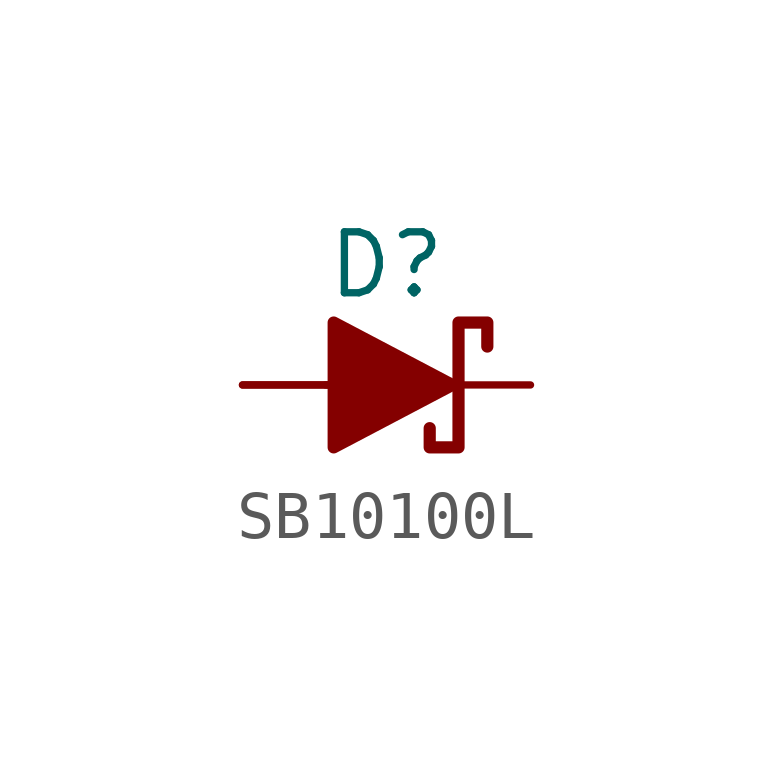
<source format=kicad_sym>
(kicad_symbol_lib
  (version 20241209)
  (generator "kicad_symbol_editor")
  (generator_version "9.0")
  (symbol "SB10100L"
    (pin_numbers
      (hide yes))
    (pin_names
      (offset 0)
      (hide yes))
    (property "Reference" "D"
      (at 3 2.5 0)
      (effects (font (size 1.27 1.27))))
    (property "Value" ""
      (at 0 0 0)
      (effects (font (size 1.27 1.27))))
    (symbol "SB10100L_0_1"
      (polyline (pts (xy 1.73 0) (xy 4.27 0)) (stroke (width 0) (type default)) (fill (type none)))
      (polyline (pts (xy 1.9 -1.3) (xy 1.9 1.3) (xy 4.37 0) (xy 1.9 -1.3)) (stroke (width 0.254) (type default)) (fill (type outline)))
      (polyline (pts (xy 3.9 -0.9) (xy 3.9 -1.3) (xy 4.5 -1.3) (xy 4.5 1.3) (xy 5.1 1.3) (xy 5.1 0.8)) (stroke (width 0.254) (type default)) (fill (type none))))
    (symbol "SB10100L_1_1"
      (pin passive line (at 0 0 0) (length 2.54) (name "1" (effects (font (size 1.25 1.25)))) (number "1" (effects (font (size 1.25 1.25)))))
      (pin passive line (at 0 0 0) (length 2.54) (name "2" (effects (font (size 1.25 1.25)))) (number "2" (effects (font (size 1.25 1.25)))))
      (pin passive line (at 6 0 180) (length 2.6) (name "3" (effects (font (size 1.25 1.25)))) (number "3" (effects (font (size 1.25 1.25))))))))
</source>
